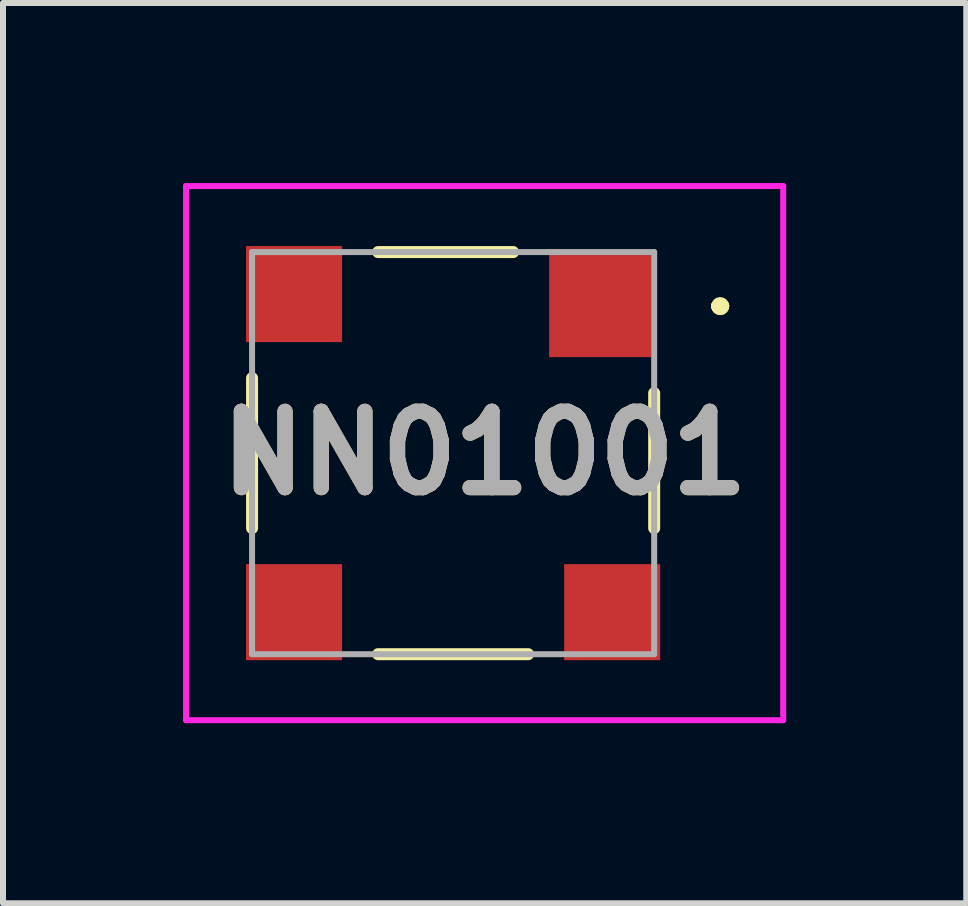
<source format=kicad_pcb>
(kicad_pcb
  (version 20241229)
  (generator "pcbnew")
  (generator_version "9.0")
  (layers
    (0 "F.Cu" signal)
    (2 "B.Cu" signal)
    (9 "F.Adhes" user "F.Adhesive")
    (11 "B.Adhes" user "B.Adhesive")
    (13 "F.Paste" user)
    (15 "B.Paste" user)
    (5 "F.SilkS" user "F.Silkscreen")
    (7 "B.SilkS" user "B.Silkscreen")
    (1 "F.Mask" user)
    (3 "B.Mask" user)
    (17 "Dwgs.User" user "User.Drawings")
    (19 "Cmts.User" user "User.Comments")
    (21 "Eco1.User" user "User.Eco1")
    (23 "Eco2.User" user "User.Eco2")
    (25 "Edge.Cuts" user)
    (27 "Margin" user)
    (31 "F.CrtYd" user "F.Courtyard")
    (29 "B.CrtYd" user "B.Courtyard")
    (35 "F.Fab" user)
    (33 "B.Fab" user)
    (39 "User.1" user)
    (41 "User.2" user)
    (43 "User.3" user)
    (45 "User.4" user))
  (footprint "NN01001"
    (layer "F.Cu")
    (at 4.5 4.5)
    (property "Reference" "NN01001" (at 0.525 0 0) (layer "F.SilkS") (effects (font (size 1.27 1.27) (thickness 0.254))))
    (attr smd)
    (fp_line (start -3.35 1.25) (end -3.35 -1.25) (stroke (width 0.2) (type solid)) (layer "F.SilkS"))
    (fp_line (start -1.25 -3.35) (end 1 -3.35) (stroke (width 0.2) (type solid)) (layer "F.SilkS"))
    (fp_line (start -1.25 3.35) (end 1.25 3.35) (stroke (width 0.2) (type solid)) (layer "F.SilkS"))
    (fp_line (start 3.35 1.25) (end 3.35 -1) (stroke (width 0.2) (type solid)) (layer "F.SilkS"))
    (fp_line (start 4.4 -2.45) (end 4.4 -2.45) (stroke (width 0.2) (type solid)) (layer "F.SilkS"))
    (fp_line (start 4.4 -2.45) (end 4.4 -2.45) (stroke (width 0.2) (type solid)) (layer "F.SilkS"))
    (fp_line (start 4.5 -2.45) (end 4.5 -2.45) (stroke (width 0.2) (type solid)) (layer "F.SilkS"))
    (fp_arc (start 4.4 -2.45) (mid 4.45 -2.5) (end 4.5 -2.45) (stroke (width 0.2) (type solid)) (layer "F.SilkS"))
    (fp_arc (start 4.5 -2.45) (mid 4.45 -2.4) (end 4.4 -2.45) (stroke (width 0.2) (type solid)) (layer "F.SilkS"))
    (fp_arc (start 4.5 -2.45) (mid 4.45 -2.4) (end 4.4 -2.45) (stroke (width 0.2) (type solid)) (layer "F.SilkS"))
    (fp_line (start -4.45 -4.45) (end -4.45 4.45) (stroke (width 0.1) (type solid)) (layer "F.CrtYd"))
    (fp_line (start -4.45 4.45) (end 5.5 4.45) (stroke (width 0.1) (type solid)) (layer "F.CrtYd"))
    (fp_line (start 5.5 -4.45) (end -4.45 -4.45) (stroke (width 0.1) (type solid)) (layer "F.CrtYd"))
    (fp_line (start 5.5 4.45) (end 5.5 -4.45) (stroke (width 0.1) (type solid)) (layer "F.CrtYd"))
    (fp_line (start -3.35 -3.35) (end -3.35 3.35) (stroke (width 0.1) (type solid)) (layer "F.Fab"))
    (fp_line (start -3.35 3.35) (end 3.35 3.35) (stroke (width 0.1) (type solid)) (layer "F.Fab"))
    (fp_line (start 3.35 -3.35) (end -3.35 -3.35) (stroke (width 0.1) (type solid)) (layer "F.Fab"))
    (fp_line (start 3.35 3.35) (end 3.35 -3.35) (stroke (width 0.1) (type solid)) (layer "F.Fab"))
    (fp_text user "${REFERENCE}" (at 0.525 0 0) (layer "F.Fab") (effects (font (size 1.27 1.27) (thickness 0.254))))
    (pad "1" smd rect (at 2.45 -2.45 90) (size 1.7 1.7) (layers "F.Cu" "F.Mask" "F.Paste"))
    (pad "2" smd rect (at -2.65 -2.65 90) (size 1.6 1.6) (layers "F.Cu" "F.Mask" "F.Paste"))
    (pad "3" smd rect (at 2.65 2.65 90) (size 1.6 1.6) (layers "F.Cu" "F.Mask" "F.Paste"))
    (pad "4" smd rect (at -2.65 2.65 90) (size 1.6 1.6) (layers "F.Cu" "F.Mask" "F.Paste")))
  (gr_rect
    (start -3 -3)
    (end 13.05 12)
    (stroke (width 0.1) (type default))
    (fill no)
    (layer "Edge.Cuts")))
</source>
